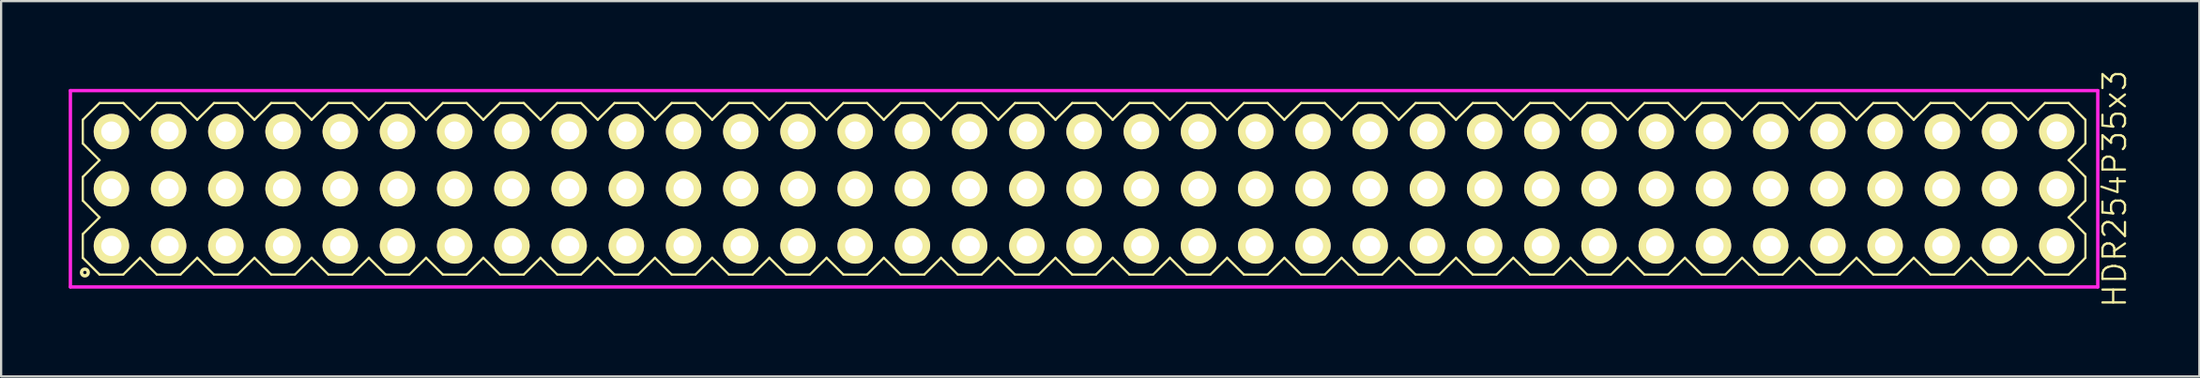
<source format=kicad_pcb>
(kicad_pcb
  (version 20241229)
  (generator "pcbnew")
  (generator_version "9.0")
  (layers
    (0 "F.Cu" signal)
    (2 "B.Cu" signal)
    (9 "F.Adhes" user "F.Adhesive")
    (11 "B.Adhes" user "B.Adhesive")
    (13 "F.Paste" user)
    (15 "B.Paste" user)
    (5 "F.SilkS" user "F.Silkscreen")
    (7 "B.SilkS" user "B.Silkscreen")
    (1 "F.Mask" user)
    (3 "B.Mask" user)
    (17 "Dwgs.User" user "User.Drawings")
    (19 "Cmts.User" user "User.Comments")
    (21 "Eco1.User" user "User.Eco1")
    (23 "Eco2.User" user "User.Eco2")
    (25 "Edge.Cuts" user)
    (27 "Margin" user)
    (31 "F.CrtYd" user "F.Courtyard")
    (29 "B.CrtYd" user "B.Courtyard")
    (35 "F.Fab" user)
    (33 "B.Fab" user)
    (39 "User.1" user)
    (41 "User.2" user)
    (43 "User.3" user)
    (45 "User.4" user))
  (footprint "HDR254P35x3"
    (layer "F.Cu")
    (at 45.075 5.336)
    (property "Reference" "HDR254P35x3" (at 45.75 0 90) (layer "F.SilkS") (effects (font (size 1 1) (thickness 0.1))))
    (attr through_hole)
    (fp_line (start -44.45 -3.066) (end -43.706 -3.81) (stroke (width 0.1) (type solid)) (layer "F.SilkS"))
    (fp_line (start -44.45 -2.014) (end -44.45 -3.066) (stroke (width 0.1) (type solid)) (layer "F.SilkS"))
    (fp_line (start -44.45 -0.526) (end -43.706 -1.27) (stroke (width 0.1) (type solid)) (layer "F.SilkS"))
    (fp_line (start -44.45 0.526) (end -44.45 -0.526) (stroke (width 0.1) (type solid)) (layer "F.SilkS"))
    (fp_line (start -44.45 2.014) (end -43.706 1.27) (stroke (width 0.1) (type solid)) (layer "F.SilkS"))
    (fp_line (start -44.45 3.066) (end -44.45 2.014) (stroke (width 0.1) (type solid)) (layer "F.SilkS"))
    (fp_line (start -43.706 -3.81) (end -42.654 -3.81) (stroke (width 0.1) (type solid)) (layer "F.SilkS"))
    (fp_line (start -43.706 -1.27) (end -44.45 -2.014) (stroke (width 0.1) (type solid)) (layer "F.SilkS"))
    (fp_line (start -43.706 1.27) (end -44.45 0.526) (stroke (width 0.1) (type solid)) (layer "F.SilkS"))
    (fp_line (start -43.706 3.81) (end -44.45 3.066) (stroke (width 0.1) (type solid)) (layer "F.SilkS"))
    (fp_line (start -42.654 -3.81) (end -41.91 -3.066) (stroke (width 0.1) (type solid)) (layer "F.SilkS"))
    (fp_line (start -42.654 3.81) (end -43.706 3.81) (stroke (width 0.1) (type solid)) (layer "F.SilkS"))
    (fp_line (start -41.91 -3.066) (end -41.166 -3.81) (stroke (width 0.1) (type solid)) (layer "F.SilkS"))
    (fp_line (start -41.91 3.066) (end -42.654 3.81) (stroke (width 0.1) (type solid)) (layer "F.SilkS"))
    (fp_line (start -41.166 -3.81) (end -40.114 -3.81) (stroke (width 0.1) (type solid)) (layer "F.SilkS"))
    (fp_line (start -41.166 3.81) (end -41.91 3.066) (stroke (width 0.1) (type solid)) (layer "F.SilkS"))
    (fp_line (start -40.114 -3.81) (end -39.37 -3.066) (stroke (width 0.1) (type solid)) (layer "F.SilkS"))
    (fp_line (start -40.114 3.81) (end -41.166 3.81) (stroke (width 0.1) (type solid)) (layer "F.SilkS"))
    (fp_line (start -39.37 -3.066) (end -38.626 -3.81) (stroke (width 0.1) (type solid)) (layer "F.SilkS"))
    (fp_line (start -39.37 3.066) (end -40.114 3.81) (stroke (width 0.1) (type solid)) (layer "F.SilkS"))
    (fp_line (start -38.626 -3.81) (end -37.574 -3.81) (stroke (width 0.1) (type solid)) (layer "F.SilkS"))
    (fp_line (start -38.626 3.81) (end -39.37 3.066) (stroke (width 0.1) (type solid)) (layer "F.SilkS"))
    (fp_line (start -37.574 -3.81) (end -36.83 -3.066) (stroke (width 0.1) (type solid)) (layer "F.SilkS"))
    (fp_line (start -37.574 3.81) (end -38.626 3.81) (stroke (width 0.1) (type solid)) (layer "F.SilkS"))
    (fp_line (start -36.83 -3.066) (end -36.086 -3.81) (stroke (width 0.1) (type solid)) (layer "F.SilkS"))
    (fp_line (start -36.83 3.066) (end -37.574 3.81) (stroke (width 0.1) (type solid)) (layer "F.SilkS"))
    (fp_line (start -36.086 -3.81) (end -35.034 -3.81) (stroke (width 0.1) (type solid)) (layer "F.SilkS"))
    (fp_line (start -36.086 3.81) (end -36.83 3.066) (stroke (width 0.1) (type solid)) (layer "F.SilkS"))
    (fp_line (start -35.034 -3.81) (end -34.29 -3.066) (stroke (width 0.1) (type solid)) (layer "F.SilkS"))
    (fp_line (start -35.034 3.81) (end -36.086 3.81) (stroke (width 0.1) (type solid)) (layer "F.SilkS"))
    (fp_line (start -34.29 -3.066) (end -33.546 -3.81) (stroke (width 0.1) (type solid)) (layer "F.SilkS"))
    (fp_line (start -34.29 3.066) (end -35.034 3.81) (stroke (width 0.1) (type solid)) (layer "F.SilkS"))
    (fp_line (start -33.546 -3.81) (end -32.494 -3.81) (stroke (width 0.1) (type solid)) (layer "F.SilkS"))
    (fp_line (start -33.546 3.81) (end -34.29 3.066) (stroke (width 0.1) (type solid)) (layer "F.SilkS"))
    (fp_line (start -32.494 -3.81) (end -31.75 -3.066) (stroke (width 0.1) (type solid)) (layer "F.SilkS"))
    (fp_line (start -32.494 3.81) (end -33.546 3.81) (stroke (width 0.1) (type solid)) (layer "F.SilkS"))
    (fp_line (start -31.75 -3.066) (end -31.006 -3.81) (stroke (width 0.1) (type solid)) (layer "F.SilkS"))
    (fp_line (start -31.75 3.066) (end -32.494 3.81) (stroke (width 0.1) (type solid)) (layer "F.SilkS"))
    (fp_line (start -31.006 -3.81) (end -29.954 -3.81) (stroke (width 0.1) (type solid)) (layer "F.SilkS"))
    (fp_line (start -31.006 3.81) (end -31.75 3.066) (stroke (width 0.1) (type solid)) (layer "F.SilkS"))
    (fp_line (start -29.954 -3.81) (end -29.21 -3.066) (stroke (width 0.1) (type solid)) (layer "F.SilkS"))
    (fp_line (start -29.954 3.81) (end -31.006 3.81) (stroke (width 0.1) (type solid)) (layer "F.SilkS"))
    (fp_line (start -29.21 -3.066) (end -28.466 -3.81) (stroke (width 0.1) (type solid)) (layer "F.SilkS"))
    (fp_line (start -29.21 3.066) (end -29.954 3.81) (stroke (width 0.1) (type solid)) (layer "F.SilkS"))
    (fp_line (start -28.466 -3.81) (end -27.414 -3.81) (stroke (width 0.1) (type solid)) (layer "F.SilkS"))
    (fp_line (start -28.466 3.81) (end -29.21 3.066) (stroke (width 0.1) (type solid)) (layer "F.SilkS"))
    (fp_line (start -27.414 -3.81) (end -26.67 -3.066) (stroke (width 0.1) (type solid)) (layer "F.SilkS"))
    (fp_line (start -27.414 3.81) (end -28.466 3.81) (stroke (width 0.1) (type solid)) (layer "F.SilkS"))
    (fp_line (start -26.67 -3.066) (end -25.926 -3.81) (stroke (width 0.1) (type solid)) (layer "F.SilkS"))
    (fp_line (start -26.67 3.066) (end -27.414 3.81) (stroke (width 0.1) (type solid)) (layer "F.SilkS"))
    (fp_line (start -25.926 -3.81) (end -24.874 -3.81) (stroke (width 0.1) (type solid)) (layer "F.SilkS"))
    (fp_line (start -25.926 3.81) (end -26.67 3.066) (stroke (width 0.1) (type solid)) (layer "F.SilkS"))
    (fp_line (start -24.874 -3.81) (end -24.13 -3.066) (stroke (width 0.1) (type solid)) (layer "F.SilkS"))
    (fp_line (start -24.874 3.81) (end -25.926 3.81) (stroke (width 0.1) (type solid)) (layer "F.SilkS"))
    (fp_line (start -24.13 -3.066) (end -23.386 -3.81) (stroke (width 0.1) (type solid)) (layer "F.SilkS"))
    (fp_line (start -24.13 3.066) (end -24.874 3.81) (stroke (width 0.1) (type solid)) (layer "F.SilkS"))
    (fp_line (start -23.386 -3.81) (end -22.334 -3.81) (stroke (width 0.1) (type solid)) (layer "F.SilkS"))
    (fp_line (start -23.386 3.81) (end -24.13 3.066) (stroke (width 0.1) (type solid)) (layer "F.SilkS"))
    (fp_line (start -22.334 -3.81) (end -21.59 -3.066) (stroke (width 0.1) (type solid)) (layer "F.SilkS"))
    (fp_line (start -22.334 3.81) (end -23.386 3.81) (stroke (width 0.1) (type solid)) (layer "F.SilkS"))
    (fp_line (start -21.59 -3.066) (end -20.846 -3.81) (stroke (width 0.1) (type solid)) (layer "F.SilkS"))
    (fp_line (start -21.59 3.066) (end -22.334 3.81) (stroke (width 0.1) (type solid)) (layer "F.SilkS"))
    (fp_line (start -20.846 -3.81) (end -19.794 -3.81) (stroke (width 0.1) (type solid)) (layer "F.SilkS"))
    (fp_line (start -20.846 3.81) (end -21.59 3.066) (stroke (width 0.1) (type solid)) (layer "F.SilkS"))
    (fp_line (start -19.794 -3.81) (end -19.05 -3.066) (stroke (width 0.1) (type solid)) (layer "F.SilkS"))
    (fp_line (start -19.794 3.81) (end -20.846 3.81) (stroke (width 0.1) (type solid)) (layer "F.SilkS"))
    (fp_line (start -19.05 -3.066) (end -18.306 -3.81) (stroke (width 0.1) (type solid)) (layer "F.SilkS"))
    (fp_line (start -19.05 3.066) (end -19.794 3.81) (stroke (width 0.1) (type solid)) (layer "F.SilkS"))
    (fp_line (start -18.306 -3.81) (end -17.254 -3.81) (stroke (width 0.1) (type solid)) (layer "F.SilkS"))
    (fp_line (start -18.306 3.81) (end -19.05 3.066) (stroke (width 0.1) (type solid)) (layer "F.SilkS"))
    (fp_line (start -17.254 -3.81) (end -16.51 -3.066) (stroke (width 0.1) (type solid)) (layer "F.SilkS"))
    (fp_line (start -17.254 3.81) (end -18.306 3.81) (stroke (width 0.1) (type solid)) (layer "F.SilkS"))
    (fp_line (start -16.51 -3.066) (end -15.766 -3.81) (stroke (width 0.1) (type solid)) (layer "F.SilkS"))
    (fp_line (start -16.51 3.066) (end -17.254 3.81) (stroke (width 0.1) (type solid)) (layer "F.SilkS"))
    (fp_line (start -15.766 -3.81) (end -14.714 -3.81) (stroke (width 0.1) (type solid)) (layer "F.SilkS"))
    (fp_line (start -15.766 3.81) (end -16.51 3.066) (stroke (width 0.1) (type solid)) (layer "F.SilkS"))
    (fp_line (start -14.714 -3.81) (end -13.97 -3.066) (stroke (width 0.1) (type solid)) (layer "F.SilkS"))
    (fp_line (start -14.714 3.81) (end -15.766 3.81) (stroke (width 0.1) (type solid)) (layer "F.SilkS"))
    (fp_line (start -13.97 -3.066) (end -13.226 -3.81) (stroke (width 0.1) (type solid)) (layer "F.SilkS"))
    (fp_line (start -13.97 3.066) (end -14.714 3.81) (stroke (width 0.1) (type solid)) (layer "F.SilkS"))
    (fp_line (start -13.226 -3.81) (end -12.174 -3.81) (stroke (width 0.1) (type solid)) (layer "F.SilkS"))
    (fp_line (start -13.226 3.81) (end -13.97 3.066) (stroke (width 0.1) (type solid)) (layer "F.SilkS"))
    (fp_line (start -12.174 -3.81) (end -11.43 -3.066) (stroke (width 0.1) (type solid)) (layer "F.SilkS"))
    (fp_line (start -12.174 3.81) (end -13.226 3.81) (stroke (width 0.1) (type solid)) (layer "F.SilkS"))
    (fp_line (start -11.43 -3.066) (end -10.686 -3.81) (stroke (width 0.1) (type solid)) (layer "F.SilkS"))
    (fp_line (start -11.43 3.066) (end -12.174 3.81) (stroke (width 0.1) (type solid)) (layer "F.SilkS"))
    (fp_line (start -10.686 -3.81) (end -9.634 -3.81) (stroke (width 0.1) (type solid)) (layer "F.SilkS"))
    (fp_line (start -10.686 3.81) (end -11.43 3.066) (stroke (width 0.1) (type solid)) (layer "F.SilkS"))
    (fp_line (start -9.634 -3.81) (end -8.89 -3.066) (stroke (width 0.1) (type solid)) (layer "F.SilkS"))
    (fp_line (start -9.634 3.81) (end -10.686 3.81) (stroke (width 0.1) (type solid)) (layer "F.SilkS"))
    (fp_line (start -8.89 -3.066) (end -8.146 -3.81) (stroke (width 0.1) (type solid)) (layer "F.SilkS"))
    (fp_line (start -8.89 3.066) (end -9.634 3.81) (stroke (width 0.1) (type solid)) (layer "F.SilkS"))
    (fp_line (start -8.146 -3.81) (end -7.094 -3.81) (stroke (width 0.1) (type solid)) (layer "F.SilkS"))
    (fp_line (start -8.146 3.81) (end -8.89 3.066) (stroke (width 0.1) (type solid)) (layer "F.SilkS"))
    (fp_line (start -7.094 -3.81) (end -6.35 -3.066) (stroke (width 0.1) (type solid)) (layer "F.SilkS"))
    (fp_line (start -7.094 3.81) (end -8.146 3.81) (stroke (width 0.1) (type solid)) (layer "F.SilkS"))
    (fp_line (start -6.35 -3.066) (end -5.606 -3.81) (stroke (width 0.1) (type solid)) (layer "F.SilkS"))
    (fp_line (start -6.35 3.066) (end -7.094 3.81) (stroke (width 0.1) (type solid)) (layer "F.SilkS"))
    (fp_line (start -5.606 -3.81) (end -4.554 -3.81) (stroke (width 0.1) (type solid)) (layer "F.SilkS"))
    (fp_line (start -5.606 3.81) (end -6.35 3.066) (stroke (width 0.1) (type solid)) (layer "F.SilkS"))
    (fp_line (start -4.554 -3.81) (end -3.81 -3.066) (stroke (width 0.1) (type solid)) (layer "F.SilkS"))
    (fp_line (start -4.554 3.81) (end -5.606 3.81) (stroke (width 0.1) (type solid)) (layer "F.SilkS"))
    (fp_line (start -3.81 -3.066) (end -3.066 -3.81) (stroke (width 0.1) (type solid)) (layer "F.SilkS"))
    (fp_line (start -3.81 3.066) (end -4.554 3.81) (stroke (width 0.1) (type solid)) (layer "F.SilkS"))
    (fp_line (start -3.066 -3.81) (end -2.014 -3.81) (stroke (width 0.1) (type solid)) (layer "F.SilkS"))
    (fp_line (start -3.066 3.81) (end -3.81 3.066) (stroke (width 0.1) (type solid)) (layer "F.SilkS"))
    (fp_line (start -2.014 -3.81) (end -1.27 -3.066) (stroke (width 0.1) (type solid)) (layer "F.SilkS"))
    (fp_line (start -2.014 3.81) (end -3.066 3.81) (stroke (width 0.1) (type solid)) (layer "F.SilkS"))
    (fp_line (start -1.27 -3.066) (end -0.526 -3.81) (stroke (width 0.1) (type solid)) (layer "F.SilkS"))
    (fp_line (start -1.27 3.066) (end -2.014 3.81) (stroke (width 0.1) (type solid)) (layer "F.SilkS"))
    (fp_line (start -0.526 -3.81) (end 0.526 -3.81) (stroke (width 0.1) (type solid)) (layer "F.SilkS"))
    (fp_line (start -0.526 3.81) (end -1.27 3.066) (stroke (width 0.1) (type solid)) (layer "F.SilkS"))
    (fp_line (start 0.526 -3.81) (end 1.27 -3.066) (stroke (width 0.1) (type solid)) (layer "F.SilkS"))
    (fp_line (start 0.526 3.81) (end -0.526 3.81) (stroke (width 0.1) (type solid)) (layer "F.SilkS"))
    (fp_line (start 1.27 -3.066) (end 2.014 -3.81) (stroke (width 0.1) (type solid)) (layer "F.SilkS"))
    (fp_line (start 1.27 3.066) (end 0.526 3.81) (stroke (width 0.1) (type solid)) (layer "F.SilkS"))
    (fp_line (start 2.014 -3.81) (end 3.066 -3.81) (stroke (width 0.1) (type solid)) (layer "F.SilkS"))
    (fp_line (start 2.014 3.81) (end 1.27 3.066) (stroke (width 0.1) (type solid)) (layer "F.SilkS"))
    (fp_line (start 3.066 -3.81) (end 3.81 -3.066) (stroke (width 0.1) (type solid)) (layer "F.SilkS"))
    (fp_line (start 3.066 3.81) (end 2.014 3.81) (stroke (width 0.1) (type solid)) (layer "F.SilkS"))
    (fp_line (start 3.81 -3.066) (end 4.554 -3.81) (stroke (width 0.1) (type solid)) (layer "F.SilkS"))
    (fp_line (start 3.81 3.066) (end 3.066 3.81) (stroke (width 0.1) (type solid)) (layer "F.SilkS"))
    (fp_line (start 4.554 -3.81) (end 5.606 -3.81) (stroke (width 0.1) (type solid)) (layer "F.SilkS"))
    (fp_line (start 4.554 3.81) (end 3.81 3.066) (stroke (width 0.1) (type solid)) (layer "F.SilkS"))
    (fp_line (start 5.606 -3.81) (end 6.35 -3.066) (stroke (width 0.1) (type solid)) (layer "F.SilkS"))
    (fp_line (start 5.606 3.81) (end 4.554 3.81) (stroke (width 0.1) (type solid)) (layer "F.SilkS"))
    (fp_line (start 6.35 -3.066) (end 7.094 -3.81) (stroke (width 0.1) (type solid)) (layer "F.SilkS"))
    (fp_line (start 6.35 3.066) (end 5.606 3.81) (stroke (width 0.1) (type solid)) (layer "F.SilkS"))
    (fp_line (start 7.094 -3.81) (end 8.146 -3.81) (stroke (width 0.1) (type solid)) (layer "F.SilkS"))
    (fp_line (start 7.094 3.81) (end 6.35 3.066) (stroke (width 0.1) (type solid)) (layer "F.SilkS"))
    (fp_line (start 8.146 -3.81) (end 8.89 -3.066) (stroke (width 0.1) (type solid)) (layer "F.SilkS"))
    (fp_line (start 8.146 3.81) (end 7.094 3.81) (stroke (width 0.1) (type solid)) (layer "F.SilkS"))
    (fp_line (start 8.89 -3.066) (end 9.634 -3.81) (stroke (width 0.1) (type solid)) (layer "F.SilkS"))
    (fp_line (start 8.89 3.066) (end 8.146 3.81) (stroke (width 0.1) (type solid)) (layer "F.SilkS"))
    (fp_line (start 9.634 -3.81) (end 10.686 -3.81) (stroke (width 0.1) (type solid)) (layer "F.SilkS"))
    (fp_line (start 9.634 3.81) (end 8.89 3.066) (stroke (width 0.1) (type solid)) (layer "F.SilkS"))
    (fp_line (start 10.686 -3.81) (end 11.43 -3.066) (stroke (width 0.1) (type solid)) (layer "F.SilkS"))
    (fp_line (start 10.686 3.81) (end 9.634 3.81) (stroke (width 0.1) (type solid)) (layer "F.SilkS"))
    (fp_line (start 11.43 -3.066) (end 12.174 -3.81) (stroke (width 0.1) (type solid)) (layer "F.SilkS"))
    (fp_line (start 11.43 3.066) (end 10.686 3.81) (stroke (width 0.1) (type solid)) (layer "F.SilkS"))
    (fp_line (start 12.174 -3.81) (end 13.226 -3.81) (stroke (width 0.1) (type solid)) (layer "F.SilkS"))
    (fp_line (start 12.174 3.81) (end 11.43 3.066) (stroke (width 0.1) (type solid)) (layer "F.SilkS"))
    (fp_line (start 13.226 -3.81) (end 13.97 -3.066) (stroke (width 0.1) (type solid)) (layer "F.SilkS"))
    (fp_line (start 13.226 3.81) (end 12.174 3.81) (stroke (width 0.1) (type solid)) (layer "F.SilkS"))
    (fp_line (start 13.97 -3.066) (end 14.714 -3.81) (stroke (width 0.1) (type solid)) (layer "F.SilkS"))
    (fp_line (start 13.97 3.066) (end 13.226 3.81) (stroke (width 0.1) (type solid)) (layer "F.SilkS"))
    (fp_line (start 14.714 -3.81) (end 15.766 -3.81) (stroke (width 0.1) (type solid)) (layer "F.SilkS"))
    (fp_line (start 14.714 3.81) (end 13.97 3.066) (stroke (width 0.1) (type solid)) (layer "F.SilkS"))
    (fp_line (start 15.766 -3.81) (end 16.51 -3.066) (stroke (width 0.1) (type solid)) (layer "F.SilkS"))
    (fp_line (start 15.766 3.81) (end 14.714 3.81) (stroke (width 0.1) (type solid)) (layer "F.SilkS"))
    (fp_line (start 16.51 -3.066) (end 17.254 -3.81) (stroke (width 0.1) (type solid)) (layer "F.SilkS"))
    (fp_line (start 16.51 3.066) (end 15.766 3.81) (stroke (width 0.1) (type solid)) (layer "F.SilkS"))
    (fp_line (start 17.254 -3.81) (end 18.306 -3.81) (stroke (width 0.1) (type solid)) (layer "F.SilkS"))
    (fp_line (start 17.254 3.81) (end 16.51 3.066) (stroke (width 0.1) (type solid)) (layer "F.SilkS"))
    (fp_line (start 18.306 -3.81) (end 19.05 -3.066) (stroke (width 0.1) (type solid)) (layer "F.SilkS"))
    (fp_line (start 18.306 3.81) (end 17.254 3.81) (stroke (width 0.1) (type solid)) (layer "F.SilkS"))
    (fp_line (start 19.05 -3.066) (end 19.794 -3.81) (stroke (width 0.1) (type solid)) (layer "F.SilkS"))
    (fp_line (start 19.05 3.066) (end 18.306 3.81) (stroke (width 0.1) (type solid)) (layer "F.SilkS"))
    (fp_line (start 19.794 -3.81) (end 20.846 -3.81) (stroke (width 0.1) (type solid)) (layer "F.SilkS"))
    (fp_line (start 19.794 3.81) (end 19.05 3.066) (stroke (width 0.1) (type solid)) (layer "F.SilkS"))
    (fp_line (start 20.846 -3.81) (end 21.59 -3.066) (stroke (width 0.1) (type solid)) (layer "F.SilkS"))
    (fp_line (start 20.846 3.81) (end 19.794 3.81) (stroke (width 0.1) (type solid)) (layer "F.SilkS"))
    (fp_line (start 21.59 -3.066) (end 22.334 -3.81) (stroke (width 0.1) (type solid)) (layer "F.SilkS"))
    (fp_line (start 21.59 3.066) (end 20.846 3.81) (stroke (width 0.1) (type solid)) (layer "F.SilkS"))
    (fp_line (start 22.334 -3.81) (end 23.386 -3.81) (stroke (width 0.1) (type solid)) (layer "F.SilkS"))
    (fp_line (start 22.334 3.81) (end 21.59 3.066) (stroke (width 0.1) (type solid)) (layer "F.SilkS"))
    (fp_line (start 23.386 -3.81) (end 24.13 -3.066) (stroke (width 0.1) (type solid)) (layer "F.SilkS"))
    (fp_line (start 23.386 3.81) (end 22.334 3.81) (stroke (width 0.1) (type solid)) (layer "F.SilkS"))
    (fp_line (start 24.13 -3.066) (end 24.874 -3.81) (stroke (width 0.1) (type solid)) (layer "F.SilkS"))
    (fp_line (start 24.13 3.066) (end 23.386 3.81) (stroke (width 0.1) (type solid)) (layer "F.SilkS"))
    (fp_line (start 24.874 -3.81) (end 25.926 -3.81) (stroke (width 0.1) (type solid)) (layer "F.SilkS"))
    (fp_line (start 24.874 3.81) (end 24.13 3.066) (stroke (width 0.1) (type solid)) (layer "F.SilkS"))
    (fp_line (start 25.926 -3.81) (end 26.67 -3.066) (stroke (width 0.1) (type solid)) (layer "F.SilkS"))
    (fp_line (start 25.926 3.81) (end 24.874 3.81) (stroke (width 0.1) (type solid)) (layer "F.SilkS"))
    (fp_line (start 26.67 -3.066) (end 27.414 -3.81) (stroke (width 0.1) (type solid)) (layer "F.SilkS"))
    (fp_line (start 26.67 3.066) (end 25.926 3.81) (stroke (width 0.1) (type solid)) (layer "F.SilkS"))
    (fp_line (start 27.414 -3.81) (end 28.466 -3.81) (stroke (width 0.1) (type solid)) (layer "F.SilkS"))
    (fp_line (start 27.414 3.81) (end 26.67 3.066) (stroke (width 0.1) (type solid)) (layer "F.SilkS"))
    (fp_line (start 28.466 -3.81) (end 29.21 -3.066) (stroke (width 0.1) (type solid)) (layer "F.SilkS"))
    (fp_line (start 28.466 3.81) (end 27.414 3.81) (stroke (width 0.1) (type solid)) (layer "F.SilkS"))
    (fp_line (start 29.21 -3.066) (end 29.954 -3.81) (stroke (width 0.1) (type solid)) (layer "F.SilkS"))
    (fp_line (start 29.21 3.066) (end 28.466 3.81) (stroke (width 0.1) (type solid)) (layer "F.SilkS"))
    (fp_line (start 29.954 -3.81) (end 31.006 -3.81) (stroke (width 0.1) (type solid)) (layer "F.SilkS"))
    (fp_line (start 29.954 3.81) (end 29.21 3.066) (stroke (width 0.1) (type solid)) (layer "F.SilkS"))
    (fp_line (start 31.006 -3.81) (end 31.75 -3.066) (stroke (width 0.1) (type solid)) (layer "F.SilkS"))
    (fp_line (start 31.006 3.81) (end 29.954 3.81) (stroke (width 0.1) (type solid)) (layer "F.SilkS"))
    (fp_line (start 31.75 -3.066) (end 32.494 -3.81) (stroke (width 0.1) (type solid)) (layer "F.SilkS"))
    (fp_line (start 31.75 3.066) (end 31.006 3.81) (stroke (width 0.1) (type solid)) (layer "F.SilkS"))
    (fp_line (start 32.494 -3.81) (end 33.546 -3.81) (stroke (width 0.1) (type solid)) (layer "F.SilkS"))
    (fp_line (start 32.494 3.81) (end 31.75 3.066) (stroke (width 0.1) (type solid)) (layer "F.SilkS"))
    (fp_line (start 33.546 -3.81) (end 34.29 -3.066) (stroke (width 0.1) (type solid)) (layer "F.SilkS"))
    (fp_line (start 33.546 3.81) (end 32.494 3.81) (stroke (width 0.1) (type solid)) (layer "F.SilkS"))
    (fp_line (start 34.29 -3.066) (end 35.034 -3.81) (stroke (width 0.1) (type solid)) (layer "F.SilkS"))
    (fp_line (start 34.29 3.066) (end 33.546 3.81) (stroke (width 0.1) (type solid)) (layer "F.SilkS"))
    (fp_line (start 35.034 -3.81) (end 36.086 -3.81) (stroke (width 0.1) (type solid)) (layer "F.SilkS"))
    (fp_line (start 35.034 3.81) (end 34.29 3.066) (stroke (width 0.1) (type solid)) (layer "F.SilkS"))
    (fp_line (start 36.086 -3.81) (end 36.83 -3.066) (stroke (width 0.1) (type solid)) (layer "F.SilkS"))
    (fp_line (start 36.086 3.81) (end 35.034 3.81) (stroke (width 0.1) (type solid)) (layer "F.SilkS"))
    (fp_line (start 36.83 -3.066) (end 37.574 -3.81) (stroke (width 0.1) (type solid)) (layer "F.SilkS"))
    (fp_line (start 36.83 3.066) (end 36.086 3.81) (stroke (width 0.1) (type solid)) (layer "F.SilkS"))
    (fp_line (start 37.574 -3.81) (end 38.626 -3.81) (stroke (width 0.1) (type solid)) (layer "F.SilkS"))
    (fp_line (start 37.574 3.81) (end 36.83 3.066) (stroke (width 0.1) (type solid)) (layer "F.SilkS"))
    (fp_line (start 38.626 -3.81) (end 39.37 -3.066) (stroke (width 0.1) (type solid)) (layer "F.SilkS"))
    (fp_line (start 38.626 3.81) (end 37.574 3.81) (stroke (width 0.1) (type solid)) (layer "F.SilkS"))
    (fp_line (start 39.37 -3.066) (end 40.114 -3.81) (stroke (width 0.1) (type solid)) (layer "F.SilkS"))
    (fp_line (start 39.37 3.066) (end 38.626 3.81) (stroke (width 0.1) (type solid)) (layer "F.SilkS"))
    (fp_line (start 40.114 -3.81) (end 41.166 -3.81) (stroke (width 0.1) (type solid)) (layer "F.SilkS"))
    (fp_line (start 40.114 3.81) (end 39.37 3.066) (stroke (width 0.1) (type solid)) (layer "F.SilkS"))
    (fp_line (start 41.166 -3.81) (end 41.91 -3.066) (stroke (width 0.1) (type solid)) (layer "F.SilkS"))
    (fp_line (start 41.166 3.81) (end 40.114 3.81) (stroke (width 0.1) (type solid)) (layer "F.SilkS"))
    (fp_line (start 41.91 -3.066) (end 42.654 -3.81) (stroke (width 0.1) (type solid)) (layer "F.SilkS"))
    (fp_line (start 41.91 3.066) (end 41.166 3.81) (stroke (width 0.1) (type solid)) (layer "F.SilkS"))
    (fp_line (start 42.654 -3.81) (end 43.706 -3.81) (stroke (width 0.1) (type solid)) (layer "F.SilkS"))
    (fp_line (start 42.654 3.81) (end 41.91 3.066) (stroke (width 0.1) (type solid)) (layer "F.SilkS"))
    (fp_line (start 43.706 -3.81) (end 44.45 -3.066) (stroke (width 0.1) (type solid)) (layer "F.SilkS"))
    (fp_line (start 43.706 -1.27) (end 44.45 -0.526) (stroke (width 0.1) (type solid)) (layer "F.SilkS"))
    (fp_line (start 43.706 1.27) (end 44.45 2.014) (stroke (width 0.1) (type solid)) (layer "F.SilkS"))
    (fp_line (start 43.706 3.81) (end 42.654 3.81) (stroke (width 0.1) (type solid)) (layer "F.SilkS"))
    (fp_line (start 44.45 -3.066) (end 44.45 -2.014) (stroke (width 0.1) (type solid)) (layer "F.SilkS"))
    (fp_line (start 44.45 -2.014) (end 43.706 -1.27) (stroke (width 0.1) (type solid)) (layer "F.SilkS"))
    (fp_line (start 44.45 -0.526) (end 44.45 0.526) (stroke (width 0.1) (type solid)) (layer "F.SilkS"))
    (fp_line (start 44.45 0.526) (end 43.706 1.27) (stroke (width 0.1) (type solid)) (layer "F.SilkS"))
    (fp_line (start 44.45 2.014) (end 44.45 3.066) (stroke (width 0.1) (type solid)) (layer "F.SilkS"))
    (fp_line (start 44.45 3.066) (end 43.706 3.81) (stroke (width 0.1) (type solid)) (layer "F.SilkS"))
    (fp_circle (center -44.357 3.718) (end -44.207 3.718) (stroke (width 0.15) (type solid)) (fill no) (layer "F.SilkS"))
    (fp_line (start -45 -4.36) (end -45 4.36) (stroke (width 0.15) (type solid)) (layer "F.CrtYd"))
    (fp_line (start -45 4.36) (end 45 4.36) (stroke (width 0.15) (type solid)) (layer "F.CrtYd"))
    (fp_line (start 45 -4.36) (end -45 -4.36) (stroke (width 0.15) (type solid)) (layer "F.CrtYd"))
    (fp_line (start 45 4.36) (end 45 -4.36) (stroke (width 0.15) (type solid)) (layer "F.CrtYd"))
    (pad "1" thru_hole oval (at -43.18 2.54) (size 1.57 1.57) (drill 0.9) (layers "*.Cu" "*.Mask" "F.SilkS"))
    (pad "2" thru_hole oval (at -43.18 0) (size 1.57 1.57) (drill 0.9) (layers "*.Cu" "*.Mask" "F.SilkS"))
    (pad "3" thru_hole oval (at -43.18 -2.54) (size 1.57 1.57) (drill 0.9) (layers "*.Cu" "*.Mask" "F.SilkS"))
    (pad "4" thru_hole oval (at -40.64 2.54) (size 1.57 1.57) (drill 0.9) (layers "*.Cu" "*.Mask" "F.SilkS"))
    (pad "5" thru_hole oval (at -40.64 0) (size 1.57 1.57) (drill 0.9) (layers "*.Cu" "*.Mask" "F.SilkS"))
    (pad "6" thru_hole oval (at -40.64 -2.54) (size 1.57 1.57) (drill 0.9) (layers "*.Cu" "*.Mask" "F.SilkS"))
    (pad "7" thru_hole oval (at -38.1 2.54) (size 1.57 1.57) (drill 0.9) (layers "*.Cu" "*.Mask" "F.SilkS"))
    (pad "8" thru_hole oval (at -38.1 0) (size 1.57 1.57) (drill 0.9) (layers "*.Cu" "*.Mask" "F.SilkS"))
    (pad "9" thru_hole oval (at -38.1 -2.54) (size 1.57 1.57) (drill 0.9) (layers "*.Cu" "*.Mask" "F.SilkS"))
    (pad "10" thru_hole oval (at -35.56 2.54) (size 1.57 1.57) (drill 0.9) (layers "*.Cu" "*.Mask" "F.SilkS"))
    (pad "11" thru_hole oval (at -35.56 0) (size 1.57 1.57) (drill 0.9) (layers "*.Cu" "*.Mask" "F.SilkS"))
    (pad "12" thru_hole oval (at -35.56 -2.54) (size 1.57 1.57) (drill 0.9) (layers "*.Cu" "*.Mask" "F.SilkS"))
    (pad "13" thru_hole oval (at -33.02 2.54) (size 1.57 1.57) (drill 0.9) (layers "*.Cu" "*.Mask" "F.SilkS"))
    (pad "14" thru_hole oval (at -33.02 0) (size 1.57 1.57) (drill 0.9) (layers "*.Cu" "*.Mask" "F.SilkS"))
    (pad "15" thru_hole oval (at -33.02 -2.54) (size 1.57 1.57) (drill 0.9) (layers "*.Cu" "*.Mask" "F.SilkS"))
    (pad "16" thru_hole oval (at -30.48 2.54) (size 1.57 1.57) (drill 0.9) (layers "*.Cu" "*.Mask" "F.SilkS"))
    (pad "17" thru_hole oval (at -30.48 0) (size 1.57 1.57) (drill 0.9) (layers "*.Cu" "*.Mask" "F.SilkS"))
    (pad "18" thru_hole oval (at -30.48 -2.54) (size 1.57 1.57) (drill 0.9) (layers "*.Cu" "*.Mask" "F.SilkS"))
    (pad "19" thru_hole oval (at -27.94 2.54) (size 1.57 1.57) (drill 0.9) (layers "*.Cu" "*.Mask" "F.SilkS"))
    (pad "20" thru_hole oval (at -27.94 0) (size 1.57 1.57) (drill 0.9) (layers "*.Cu" "*.Mask" "F.SilkS"))
    (pad "21" thru_hole oval (at -27.94 -2.54) (size 1.57 1.57) (drill 0.9) (layers "*.Cu" "*.Mask" "F.SilkS"))
    (pad "22" thru_hole oval (at -25.4 2.54) (size 1.57 1.57) (drill 0.9) (layers "*.Cu" "*.Mask" "F.SilkS"))
    (pad "23" thru_hole oval (at -25.4 0) (size 1.57 1.57) (drill 0.9) (layers "*.Cu" "*.Mask" "F.SilkS"))
    (pad "24" thru_hole oval (at -25.4 -2.54) (size 1.57 1.57) (drill 0.9) (layers "*.Cu" "*.Mask" "F.SilkS"))
    (pad "25" thru_hole oval (at -22.86 2.54) (size 1.57 1.57) (drill 0.9) (layers "*.Cu" "*.Mask" "F.SilkS"))
    (pad "26" thru_hole oval (at -22.86 0) (size 1.57 1.57) (drill 0.9) (layers "*.Cu" "*.Mask" "F.SilkS"))
    (pad "27" thru_hole oval (at -22.86 -2.54) (size 1.57 1.57) (drill 0.9) (layers "*.Cu" "*.Mask" "F.SilkS"))
    (pad "28" thru_hole oval (at -20.32 2.54) (size 1.57 1.57) (drill 0.9) (layers "*.Cu" "*.Mask" "F.SilkS"))
    (pad "29" thru_hole oval (at -20.32 0) (size 1.57 1.57) (drill 0.9) (layers "*.Cu" "*.Mask" "F.SilkS"))
    (pad "30" thru_hole oval (at -20.32 -2.54) (size 1.57 1.57) (drill 0.9) (layers "*.Cu" "*.Mask" "F.SilkS"))
    (pad "31" thru_hole oval (at -17.78 2.54) (size 1.57 1.57) (drill 0.9) (layers "*.Cu" "*.Mask" "F.SilkS"))
    (pad "32" thru_hole oval (at -17.78 0) (size 1.57 1.57) (drill 0.9) (layers "*.Cu" "*.Mask" "F.SilkS"))
    (pad "33" thru_hole oval (at -17.78 -2.54) (size 1.57 1.57) (drill 0.9) (layers "*.Cu" "*.Mask" "F.SilkS"))
    (pad "34" thru_hole oval (at -15.24 2.54) (size 1.57 1.57) (drill 0.9) (layers "*.Cu" "*.Mask" "F.SilkS"))
    (pad "35" thru_hole oval (at -15.24 0) (size 1.57 1.57) (drill 0.9) (layers "*.Cu" "*.Mask" "F.SilkS"))
    (pad "36" thru_hole oval (at -15.24 -2.54) (size 1.57 1.57) (drill 0.9) (layers "*.Cu" "*.Mask" "F.SilkS"))
    (pad "37" thru_hole oval (at -12.7 2.54) (size 1.57 1.57) (drill 0.9) (layers "*.Cu" "*.Mask" "F.SilkS"))
    (pad "38" thru_hole oval (at -12.7 0) (size 1.57 1.57) (drill 0.9) (layers "*.Cu" "*.Mask" "F.SilkS"))
    (pad "39" thru_hole oval (at -12.7 -2.54) (size 1.57 1.57) (drill 0.9) (layers "*.Cu" "*.Mask" "F.SilkS"))
    (pad "40" thru_hole oval (at -10.16 2.54) (size 1.57 1.57) (drill 0.9) (layers "*.Cu" "*.Mask" "F.SilkS"))
    (pad "41" thru_hole oval (at -10.16 0) (size 1.57 1.57) (drill 0.9) (layers "*.Cu" "*.Mask" "F.SilkS"))
    (pad "42" thru_hole oval (at -10.16 -2.54) (size 1.57 1.57) (drill 0.9) (layers "*.Cu" "*.Mask" "F.SilkS"))
    (pad "43" thru_hole oval (at -7.62 2.54) (size 1.57 1.57) (drill 0.9) (layers "*.Cu" "*.Mask" "F.SilkS"))
    (pad "44" thru_hole oval (at -7.62 0) (size 1.57 1.57) (drill 0.9) (layers "*.Cu" "*.Mask" "F.SilkS"))
    (pad "45" thru_hole oval (at -7.62 -2.54) (size 1.57 1.57) (drill 0.9) (layers "*.Cu" "*.Mask" "F.SilkS"))
    (pad "46" thru_hole oval (at -5.08 2.54) (size 1.57 1.57) (drill 0.9) (layers "*.Cu" "*.Mask" "F.SilkS"))
    (pad "47" thru_hole oval (at -5.08 0) (size 1.57 1.57) (drill 0.9) (layers "*.Cu" "*.Mask" "F.SilkS"))
    (pad "48" thru_hole oval (at -5.08 -2.54) (size 1.57 1.57) (drill 0.9) (layers "*.Cu" "*.Mask" "F.SilkS"))
    (pad "49" thru_hole oval (at -2.54 2.54) (size 1.57 1.57) (drill 0.9) (layers "*.Cu" "*.Mask" "F.SilkS"))
    (pad "50" thru_hole oval (at -2.54 0) (size 1.57 1.57) (drill 0.9) (layers "*.Cu" "*.Mask" "F.SilkS"))
    (pad "51" thru_hole oval (at -2.54 -2.54) (size 1.57 1.57) (drill 0.9) (layers "*.Cu" "*.Mask" "F.SilkS"))
    (pad "52" thru_hole oval (at 0 2.54) (size 1.57 1.57) (drill 0.9) (layers "*.Cu" "*.Mask" "F.SilkS"))
    (pad "53" thru_hole oval (at 0 0) (size 1.57 1.57) (drill 0.9) (layers "*.Cu" "*.Mask" "F.SilkS"))
    (pad "54" thru_hole oval (at 0 -2.54) (size 1.57 1.57) (drill 0.9) (layers "*.Cu" "*.Mask" "F.SilkS"))
    (pad "55" thru_hole oval (at 2.54 2.54) (size 1.57 1.57) (drill 0.9) (layers "*.Cu" "*.Mask" "F.SilkS"))
    (pad "56" thru_hole oval (at 2.54 0) (size 1.57 1.57) (drill 0.9) (layers "*.Cu" "*.Mask" "F.SilkS"))
    (pad "57" thru_hole oval (at 2.54 -2.54) (size 1.57 1.57) (drill 0.9) (layers "*.Cu" "*.Mask" "F.SilkS"))
    (pad "58" thru_hole oval (at 5.08 2.54) (size 1.57 1.57) (drill 0.9) (layers "*.Cu" "*.Mask" "F.SilkS"))
    (pad "59" thru_hole oval (at 5.08 0) (size 1.57 1.57) (drill 0.9) (layers "*.Cu" "*.Mask" "F.SilkS"))
    (pad "60" thru_hole oval (at 5.08 -2.54) (size 1.57 1.57) (drill 0.9) (layers "*.Cu" "*.Mask" "F.SilkS"))
    (pad "61" thru_hole oval (at 7.62 2.54) (size 1.57 1.57) (drill 0.9) (layers "*.Cu" "*.Mask" "F.SilkS"))
    (pad "62" thru_hole oval (at 7.62 0) (size 1.57 1.57) (drill 0.9) (layers "*.Cu" "*.Mask" "F.SilkS"))
    (pad "63" thru_hole oval (at 7.62 -2.54) (size 1.57 1.57) (drill 0.9) (layers "*.Cu" "*.Mask" "F.SilkS"))
    (pad "64" thru_hole oval (at 10.16 2.54) (size 1.57 1.57) (drill 0.9) (layers "*.Cu" "*.Mask" "F.SilkS"))
    (pad "65" thru_hole oval (at 10.16 0) (size 1.57 1.57) (drill 0.9) (layers "*.Cu" "*.Mask" "F.SilkS"))
    (pad "66" thru_hole oval (at 10.16 -2.54) (size 1.57 1.57) (drill 0.9) (layers "*.Cu" "*.Mask" "F.SilkS"))
    (pad "67" thru_hole oval (at 12.7 2.54) (size 1.57 1.57) (drill 0.9) (layers "*.Cu" "*.Mask" "F.SilkS"))
    (pad "68" thru_hole oval (at 12.7 0) (size 1.57 1.57) (drill 0.9) (layers "*.Cu" "*.Mask" "F.SilkS"))
    (pad "69" thru_hole oval (at 12.7 -2.54) (size 1.57 1.57) (drill 0.9) (layers "*.Cu" "*.Mask" "F.SilkS"))
    (pad "70" thru_hole oval (at 15.24 2.54) (size 1.57 1.57) (drill 0.9) (layers "*.Cu" "*.Mask" "F.SilkS"))
    (pad "71" thru_hole oval (at 15.24 0) (size 1.57 1.57) (drill 0.9) (layers "*.Cu" "*.Mask" "F.SilkS"))
    (pad "72" thru_hole oval (at 15.24 -2.54) (size 1.57 1.57) (drill 0.9) (layers "*.Cu" "*.Mask" "F.SilkS"))
    (pad "73" thru_hole oval (at 17.78 2.54) (size 1.57 1.57) (drill 0.9) (layers "*.Cu" "*.Mask" "F.SilkS"))
    (pad "74" thru_hole oval (at 17.78 0) (size 1.57 1.57) (drill 0.9) (layers "*.Cu" "*.Mask" "F.SilkS"))
    (pad "75" thru_hole oval (at 17.78 -2.54) (size 1.57 1.57) (drill 0.9) (layers "*.Cu" "*.Mask" "F.SilkS"))
    (pad "76" thru_hole oval (at 20.32 2.54) (size 1.57 1.57) (drill 0.9) (layers "*.Cu" "*.Mask" "F.SilkS"))
    (pad "77" thru_hole oval (at 20.32 0) (size 1.57 1.57) (drill 0.9) (layers "*.Cu" "*.Mask" "F.SilkS"))
    (pad "78" thru_hole oval (at 20.32 -2.54) (size 1.57 1.57) (drill 0.9) (layers "*.Cu" "*.Mask" "F.SilkS"))
    (pad "79" thru_hole oval (at 22.86 2.54) (size 1.57 1.57) (drill 0.9) (layers "*.Cu" "*.Mask" "F.SilkS"))
    (pad "80" thru_hole oval (at 22.86 0) (size 1.57 1.57) (drill 0.9) (layers "*.Cu" "*.Mask" "F.SilkS"))
    (pad "81" thru_hole oval (at 22.86 -2.54) (size 1.57 1.57) (drill 0.9) (layers "*.Cu" "*.Mask" "F.SilkS"))
    (pad "82" thru_hole oval (at 25.4 2.54) (size 1.57 1.57) (drill 0.9) (layers "*.Cu" "*.Mask" "F.SilkS"))
    (pad "83" thru_hole oval (at 25.4 0) (size 1.57 1.57) (drill 0.9) (layers "*.Cu" "*.Mask" "F.SilkS"))
    (pad "84" thru_hole oval (at 25.4 -2.54) (size 1.57 1.57) (drill 0.9) (layers "*.Cu" "*.Mask" "F.SilkS"))
    (pad "85" thru_hole oval (at 27.94 2.54) (size 1.57 1.57) (drill 0.9) (layers "*.Cu" "*.Mask" "F.SilkS"))
    (pad "86" thru_hole oval (at 27.94 0) (size 1.57 1.57) (drill 0.9) (layers "*.Cu" "*.Mask" "F.SilkS"))
    (pad "87" thru_hole oval (at 27.94 -2.54) (size 1.57 1.57) (drill 0.9) (layers "*.Cu" "*.Mask" "F.SilkS"))
    (pad "88" thru_hole oval (at 30.48 2.54) (size 1.57 1.57) (drill 0.9) (layers "*.Cu" "*.Mask" "F.SilkS"))
    (pad "89" thru_hole oval (at 30.48 0) (size 1.57 1.57) (drill 0.9) (layers "*.Cu" "*.Mask" "F.SilkS"))
    (pad "90" thru_hole oval (at 30.48 -2.54) (size 1.57 1.57) (drill 0.9) (layers "*.Cu" "*.Mask" "F.SilkS"))
    (pad "91" thru_hole oval (at 33.02 2.54) (size 1.57 1.57) (drill 0.9) (layers "*.Cu" "*.Mask" "F.SilkS"))
    (pad "92" thru_hole oval (at 33.02 0) (size 1.57 1.57) (drill 0.9) (layers "*.Cu" "*.Mask" "F.SilkS"))
    (pad "93" thru_hole oval (at 33.02 -2.54) (size 1.57 1.57) (drill 0.9) (layers "*.Cu" "*.Mask" "F.SilkS"))
    (pad "94" thru_hole oval (at 35.56 2.54) (size 1.57 1.57) (drill 0.9) (layers "*.Cu" "*.Mask" "F.SilkS"))
    (pad "95" thru_hole oval (at 35.56 0) (size 1.57 1.57) (drill 0.9) (layers "*.Cu" "*.Mask" "F.SilkS"))
    (pad "96" thru_hole oval (at 35.56 -2.54) (size 1.57 1.57) (drill 0.9) (layers "*.Cu" "*.Mask" "F.SilkS"))
    (pad "97" thru_hole oval (at 38.1 2.54) (size 1.57 1.57) (drill 0.9) (layers "*.Cu" "*.Mask" "F.SilkS"))
    (pad "98" thru_hole oval (at 38.1 0) (size 1.57 1.57) (drill 0.9) (layers "*.Cu" "*.Mask" "F.SilkS"))
    (pad "99" thru_hole oval (at 38.1 -2.54) (size 1.57 1.57) (drill 0.9) (layers "*.Cu" "*.Mask" "F.SilkS"))
    (pad "100" thru_hole oval (at 40.64 2.54) (size 1.57 1.57) (drill 0.9) (layers "*.Cu" "*.Mask" "F.SilkS"))
    (pad "101" thru_hole oval (at 40.64 0) (size 1.57 1.57) (drill 0.9) (layers "*.Cu" "*.Mask" "F.SilkS"))
    (pad "102" thru_hole oval (at 40.64 -2.54) (size 1.57 1.57) (drill 0.9) (layers "*.Cu" "*.Mask" "F.SilkS"))
    (pad "103" thru_hole oval (at 43.18 2.54) (size 1.57 1.57) (drill 0.9) (layers "*.Cu" "*.Mask" "F.SilkS"))
    (pad "104" thru_hole oval (at 43.18 0) (size 1.57 1.57) (drill 0.9) (layers "*.Cu" "*.Mask" "F.SilkS"))
    (pad "105" thru_hole oval (at 43.18 -2.54) (size 1.57 1.57) (drill 0.9) (layers "*.Cu" "*.Mask" "F.SilkS")))
  (gr_rect
    (start -3 -3)
    (end 94.585 13.671)
    (stroke (width 0.1) (type default))
    (fill no)
    (layer "Edge.Cuts")))
</source>
